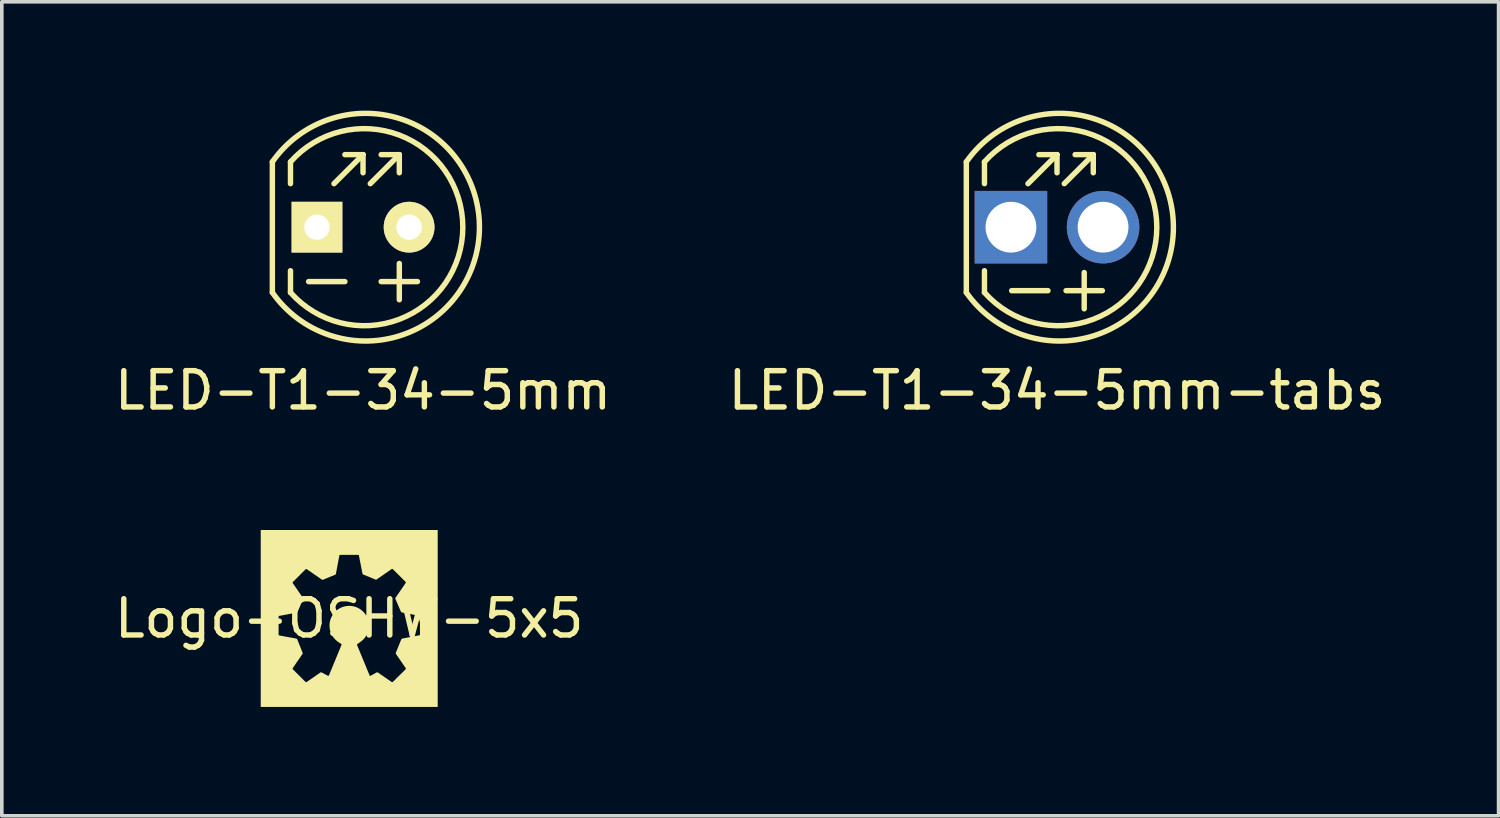
<source format=kicad_pcb>
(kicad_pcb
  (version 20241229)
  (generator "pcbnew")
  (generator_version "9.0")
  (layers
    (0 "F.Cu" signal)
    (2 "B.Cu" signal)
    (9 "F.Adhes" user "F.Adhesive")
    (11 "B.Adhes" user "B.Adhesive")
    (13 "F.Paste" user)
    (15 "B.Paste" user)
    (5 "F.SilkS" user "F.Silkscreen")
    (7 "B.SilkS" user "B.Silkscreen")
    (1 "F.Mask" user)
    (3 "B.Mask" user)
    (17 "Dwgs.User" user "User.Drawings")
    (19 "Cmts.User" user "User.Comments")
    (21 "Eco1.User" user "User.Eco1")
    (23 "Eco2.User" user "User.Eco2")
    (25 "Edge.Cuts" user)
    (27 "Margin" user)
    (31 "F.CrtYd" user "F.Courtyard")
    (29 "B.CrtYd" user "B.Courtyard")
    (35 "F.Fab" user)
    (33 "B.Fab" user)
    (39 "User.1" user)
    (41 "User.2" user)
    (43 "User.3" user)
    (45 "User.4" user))
  (footprint "Logo-OSHW-5x5"
    (layer "F.Cu")
    (at 6.577 14)
    (property "Reference" "Logo-OSHW-5x5" (at 0 0 0) (layer "F.SilkS") (effects (font (size 1 1) (thickness 0.15))))
    (attr through_hole)
    (fp_poly (pts (xy 2.439 2.439) (xy -2.439 2.439) (xy -2.439 0.444) (xy -1.947 0.444) (xy -1.947 0.445) (xy -1.947 0.446) (xy -1.947 0.447) (xy -1.946 0.448) (xy -1.946 0.449) (xy -1.946 0.449) (xy -1.945 0.45) (xy -1.945 0.451) (xy -1.945 0.452) (xy -1.944 0.453) (xy -1.943 0.455) (xy -1.942 0.457) (xy -1.94 0.458) (xy -1.939 0.46) (xy -1.937 0.461) (xy -1.936 0.463) (xy -1.934 0.464) (xy -1.932 0.465) (xy -1.93 0.466) (xy -1.928 0.467) (xy -1.926 0.468) (xy -1.458 0.554) (xy -1.457 0.554) (xy -1.456 0.554) (xy -1.455 0.554) (xy -1.454 0.554) (xy -1.453 0.555) (xy -1.452 0.555) (xy -1.451 0.556) (xy -1.45 0.556) (xy -1.448 0.557) (xy -1.446 0.559) (xy -1.444 0.56) (xy -1.442 0.562) (xy -1.44 0.564) (xy -1.438 0.566) (xy -1.437 0.568) (xy -1.435 0.57) (xy -1.434 0.572) (xy -1.433 0.574) (xy -1.432 0.576) (xy -1.431 0.578) (xy -1.286 0.942) (xy -1.286 0.944) (xy -1.285 0.947) (xy -1.285 0.949) (xy -1.285 0.951) (xy -1.284 0.954) (xy -1.284 0.956) (xy -1.284 0.959) (xy -1.284 0.961) (xy -1.284 0.964) (xy -1.285 0.966) (xy -1.285 0.969) (xy -1.286 0.971) (xy -1.287 0.974) (xy -1.288 0.976) (xy -1.289 0.978) (xy -1.29 0.98) (xy -1.555 1.366) (xy -1.556 1.367) (xy -1.557 1.37) (xy -1.558 1.372) (xy -1.559 1.374) (xy -1.559 1.376) (xy -1.56 1.378) (xy -1.56 1.38) (xy -1.56 1.383) (xy -1.56 1.385) (xy -1.56 1.387) (xy -1.559 1.389) (xy -1.559 1.392) (xy -1.558 1.394) (xy -1.557 1.396) (xy -1.556 1.398) (xy -1.555 1.4) (xy -1.207 1.747) (xy -1.206 1.748) (xy -1.205 1.749) (xy -1.204 1.75) (xy -1.203 1.751) (xy -1.202 1.751) (xy -1.201 1.752) (xy -1.2 1.753) (xy -1.199 1.753) (xy -1.198 1.754) (xy -1.197 1.754) (xy -1.196 1.754) (xy -1.195 1.755) (xy -1.193 1.755) (xy -1.192 1.755) (xy -1.191 1.755) (xy -1.19 1.755) (xy -1.189 1.756) (xy -1.188 1.756) (xy -1.187 1.755) (xy -1.186 1.755) (xy -1.183 1.755) (xy -1.181 1.755) (xy -1.179 1.754) (xy -1.177 1.753) (xy -1.175 1.752) (xy -1.173 1.751) (xy -0.795 1.489) (xy -0.793 1.488) (xy -0.79 1.487) (xy -0.788 1.486) (xy -0.786 1.485) (xy -0.783 1.485) (xy -0.781 1.485) (xy -0.778 1.484) (xy -0.776 1.484) (xy -0.773 1.484) (xy -0.77 1.485) (xy -0.768 1.485) (xy -0.766 1.485) (xy -0.763 1.486) (xy -0.761 1.487) (xy -0.759 1.488) (xy -0.757 1.489) (xy -0.588 1.579) (xy -0.587 1.579) (xy -0.586 1.579) (xy -0.585 1.58) (xy -0.584 1.58) (xy -0.583 1.58) (xy -0.582 1.58) (xy -0.581 1.58) (xy -0.58 1.58) (xy -0.579 1.58) (xy -0.578 1.58) (xy -0.577 1.58) (xy -0.576 1.58) (xy -0.575 1.579) (xy -0.574 1.579) (xy -0.572 1.579) (xy -0.571 1.578) (xy -0.57 1.578) (xy -0.569 1.577) (xy -0.568 1.577) (xy -0.567 1.576) (xy -0.566 1.576) (xy -0.565 1.575) (xy -0.564 1.574) (xy -0.564 1.573) (xy -0.563 1.573) (xy -0.562 1.572) (xy -0.561 1.571) (xy -0.56 1.57) (xy -0.559 1.569) (xy -0.559 1.567) (xy -0.558 1.566) (xy -0.557 1.565) (xy -0.213 0.729) (xy -0.213 0.728) (xy -0.213 0.727) (xy -0.212 0.726) (xy -0.212 0.725) (xy -0.212 0.723) (xy -0.212 0.721) (xy -0.212 0.719) (xy -0.212 0.717) (xy -0.213 0.715) (xy -0.213 0.712) (xy -0.214 0.711) (xy -0.214 0.71) (xy -0.214 0.709) (xy -0.215 0.708) (xy -0.215 0.707) (xy -0.216 0.706) (xy -0.216 0.705) (xy -0.217 0.705) (xy -0.218 0.704) (xy -0.218 0.703) (xy -0.219 0.702) (xy -0.22 0.701) (xy -0.221 0.7) (xy -0.222 0.7) (xy -0.223 0.699) (xy -0.224 0.698) (xy -0.265 0.674) (xy -0.266 0.674) (xy -0.267 0.673) (xy -0.269 0.673) (xy -0.271 0.672) (xy -0.273 0.67) (xy -0.274 0.669) (xy -0.276 0.668) (xy -0.278 0.667) (xy -0.28 0.665) (xy -0.282 0.664) (xy -0.283 0.662) (xy -0.287 0.659) (xy -0.29 0.656) (xy -0.292 0.654) (xy -0.32 0.635) (xy -0.347 0.614) (xy -0.372 0.592) (xy -0.395 0.568) (xy -0.418 0.544) (xy -0.438 0.517) (xy -0.457 0.49) (xy -0.475 0.461) (xy -0.49 0.431) (xy -0.504 0.4) (xy -0.516 0.368) (xy -0.526 0.335) (xy -0.533 0.302) (xy -0.539 0.267) (xy -0.542 0.232) (xy -0.543 0.196) (xy -0.543 0.168) (xy -0.541 0.141) (xy -0.537 0.114) (xy -0.533 0.087) (xy -0.527 0.061) (xy -0.519 0.035) (xy -0.511 0.01) (xy -0.501 -0.015) (xy -0.49 -0.039) (xy -0.478 -0.063) (xy -0.465 -0.085) (xy -0.451 -0.107) (xy -0.436 -0.129) (xy -0.42 -0.149) (xy -0.403 -0.169) (xy -0.385 -0.188) (xy -0.366 -0.206) (xy -0.347 -0.223) (xy -0.326 -0.239) (xy -0.305 -0.254) (xy -0.283 -0.269) (xy -0.26 -0.282) (xy -0.237 -0.294) (xy -0.213 -0.305) (xy -0.188 -0.314) (xy -0.163 -0.323) (xy -0.137 -0.33) (xy -0.11 -0.336) (xy -0.083 -0.341) (xy -0.056 -0.345) (xy -0.028 -0.347) (xy 0 -0.347) (xy 0.028 -0.347) (xy 0.056 -0.345) (xy 0.083 -0.341) (xy 0.11 -0.336) (xy 0.137 -0.33) (xy 0.163 -0.323) (xy 0.188 -0.314) (xy 0.213 -0.305) (xy 0.237 -0.294) (xy 0.26 -0.282) (xy 0.283 -0.268) (xy 0.305 -0.254) (xy 0.326 -0.239) (xy 0.347 -0.223) (xy 0.366 -0.206) (xy 0.385 -0.187) (xy 0.403 -0.168) (xy 0.42 -0.149) (xy 0.436 -0.128) (xy 0.451 -0.107) (xy 0.465 -0.084) (xy 0.478 -0.061) (xy 0.49 -0.038) (xy 0.501 -0.014) (xy 0.511 0.011) (xy 0.519 0.037) (xy 0.527 0.063) (xy 0.533 0.089) (xy 0.537 0.116) (xy 0.541 0.143) (xy 0.543 0.171) (xy 0.543 0.199) (xy 0.543 0.217) (xy 0.542 0.235) (xy 0.541 0.253) (xy 0.539 0.271) (xy 0.536 0.288) (xy 0.533 0.305) (xy 0.53 0.322) (xy 0.526 0.339) (xy 0.521 0.355) (xy 0.516 0.372) (xy 0.51 0.388) (xy 0.504 0.403) (xy 0.497 0.419) (xy 0.49 0.434) (xy 0.475 0.464) (xy 0.457 0.493) (xy 0.438 0.521) (xy 0.418 0.547) (xy 0.395 0.572) (xy 0.372 0.595) (xy 0.347 0.618) (xy 0.32 0.638) (xy 0.292 0.657) (xy 0.268 0.678) (xy 0.227 0.702) (xy 0.226 0.702) (xy 0.225 0.703) (xy 0.224 0.704) (xy 0.223 0.705) (xy 0.223 0.705) (xy 0.222 0.706) (xy 0.221 0.707) (xy 0.221 0.708) (xy 0.219 0.71) (xy 0.218 0.712) (xy 0.217 0.714) (xy 0.217 0.716) (xy 0.216 0.718) (xy 0.216 0.72) (xy 0.215 0.722) (xy 0.215 0.724) (xy 0.215 0.727) (xy 0.216 0.729) (xy 0.216 0.731) (xy 0.217 0.733) (xy 0.561 1.568) (xy 0.561 1.569) (xy 0.561 1.57) (xy 0.562 1.571) (xy 0.562 1.572) (xy 0.563 1.573) (xy 0.564 1.574) (xy 0.564 1.575) (xy 0.565 1.575) (xy 0.566 1.576) (xy 0.566 1.577) (xy 0.567 1.577) (xy 0.568 1.578) (xy 0.569 1.579) (xy 0.57 1.579) (xy 0.571 1.58) (xy 0.572 1.58) (xy 0.573 1.58) (xy 0.574 1.581) (xy 0.575 1.581) (xy 0.576 1.581) (xy 0.577 1.581) (xy 0.578 1.582) (xy 0.579 1.582) (xy 0.58 1.582) (xy 0.581 1.581) (xy 0.582 1.581) (xy 0.583 1.581) (xy 0.584 1.581) (xy 0.585 1.58) (xy 0.586 1.58) (xy 0.587 1.579) (xy 0.588 1.579) (xy 0.753 1.489) (xy 0.755 1.488) (xy 0.757 1.487) (xy 0.76 1.486) (xy 0.762 1.485) (xy 0.765 1.485) (xy 0.767 1.485) (xy 0.77 1.484) (xy 0.772 1.484) (xy 0.775 1.484) (xy 0.777 1.485) (xy 0.78 1.485) (xy 0.782 1.485) (xy 0.785 1.486) (xy 0.787 1.487) (xy 0.789 1.488) (xy 0.791 1.489) (xy 1.169 1.751) (xy 1.17 1.751) (xy 1.171 1.752) (xy 1.173 1.752) (xy 1.174 1.753) (xy 1.175 1.753) (xy 1.176 1.754) (xy 1.177 1.754) (xy 1.178 1.754) (xy 1.179 1.754) (xy 1.181 1.754) (xy 1.183 1.754) (xy 1.186 1.754) (xy 1.188 1.754) (xy 1.19 1.754) (xy 1.193 1.753) (xy 1.195 1.753) (xy 1.197 1.752) (xy 1.199 1.751) (xy 1.201 1.75) (xy 1.202 1.749) (xy 1.202 1.749) (xy 1.203 1.748) (xy 1.204 1.747) (xy 1.555 1.4) (xy 1.556 1.398) (xy 1.557 1.396) (xy 1.558 1.394) (xy 1.559 1.392) (xy 1.559 1.389) (xy 1.56 1.387) (xy 1.56 1.385) (xy 1.56 1.383) (xy 1.56 1.38) (xy 1.56 1.378) (xy 1.559 1.376) (xy 1.559 1.374) (xy 1.558 1.372) (xy 1.557 1.37) (xy 1.556 1.367) (xy 1.555 1.366) (xy 1.29 0.98) (xy 1.289 0.978) (xy 1.288 0.976) (xy 1.287 0.974) (xy 1.286 0.971) (xy 1.285 0.969) (xy 1.285 0.966) (xy 1.284 0.964) (xy 1.284 0.961) (xy 1.284 0.959) (xy 1.284 0.956) (xy 1.284 0.954) (xy 1.285 0.951) (xy 1.285 0.949) (xy 1.285 0.947) (xy 1.286 0.944) (xy 1.286 0.942) (xy 1.434 0.578) (xy 1.435 0.577) (xy 1.435 0.576) (xy 1.436 0.575) (xy 1.436 0.574) (xy 1.437 0.572) (xy 1.439 0.57) (xy 1.44 0.568) (xy 1.442 0.567) (xy 1.444 0.565) (xy 1.445 0.563) (xy 1.447 0.562) (xy 1.449 0.56) (xy 1.452 0.559) (xy 1.454 0.558) (xy 1.456 0.556) (xy 1.458 0.555) (xy 1.46 0.554) (xy 1.462 0.554) (xy 1.93 0.464) (xy 1.931 0.464) (xy 1.932 0.464) (xy 1.933 0.464) (xy 1.933 0.464) (xy 1.934 0.463) (xy 1.935 0.463) (xy 1.936 0.463) (xy 1.937 0.462) (xy 1.938 0.461) (xy 1.939 0.461) (xy 1.94 0.46) (xy 1.941 0.459) (xy 1.942 0.458) (xy 1.944 0.456) (xy 1.945 0.454) (xy 1.946 0.452) (xy 1.948 0.45) (xy 1.948 0.448) (xy 1.949 0.446) (xy 1.95 0.444) (xy 1.95 0.443) (xy 1.95 0.442) (xy 1.95 0.441) (xy 1.95 0.44) (xy 1.95 -0.052) (xy 1.95 -0.053) (xy 1.95 -0.054) (xy 1.95 -0.054) (xy 1.95 -0.055) (xy 1.95 -0.056) (xy 1.949 -0.057) (xy 1.949 -0.058) (xy 1.948 -0.059) (xy 1.948 -0.06) (xy 1.948 -0.061) (xy 1.946 -0.063) (xy 1.945 -0.065) (xy 1.944 -0.066) (xy 1.942 -0.068) (xy 1.941 -0.069) (xy 1.939 -0.071) (xy 1.937 -0.072) (xy 1.935 -0.073) (xy 1.933 -0.074) (xy 1.932 -0.075) (xy 1.93 -0.076) (xy 1.452 -0.165) (xy 1.45 -0.166) (xy 1.448 -0.167) (xy 1.445 -0.168) (xy 1.443 -0.169) (xy 1.441 -0.17) (xy 1.439 -0.172) (xy 1.437 -0.173) (xy 1.435 -0.175) (xy 1.433 -0.176) (xy 1.431 -0.178) (xy 1.43 -0.18) (xy 1.428 -0.182) (xy 1.427 -0.183) (xy 1.426 -0.184) (xy 1.426 -0.185) (xy 1.425 -0.186) (xy 1.425 -0.187) (xy 1.424 -0.188) (xy 1.424 -0.189) (xy 1.276 -0.533) (xy 1.275 -0.535) (xy 1.274 -0.537) (xy 1.273 -0.54) (xy 1.272 -0.542) (xy 1.272 -0.544) (xy 1.271 -0.547) (xy 1.271 -0.549) (xy 1.271 -0.552) (xy 1.271 -0.555) (xy 1.271 -0.557) (xy 1.272 -0.56) (xy 1.272 -0.562) (xy 1.273 -0.565) (xy 1.274 -0.567) (xy 1.275 -0.569) (xy 1.276 -0.571) (xy 1.555 -0.977) (xy 1.555 -0.978) (xy 1.556 -0.979) (xy 1.556 -0.98) (xy 1.557 -0.981) (xy 1.557 -0.982) (xy 1.558 -0.983) (xy 1.558 -0.984) (xy 1.558 -0.986) (xy 1.558 -0.987) (xy 1.558 -0.988) (xy 1.558 -0.99) (xy 1.558 -0.993) (xy 1.558 -0.995) (xy 1.558 -0.998) (xy 1.557 -1) (xy 1.556 -1.002) (xy 1.556 -1.004) (xy 1.555 -1.006) (xy 1.554 -1.008) (xy 1.553 -1.009) (xy 1.552 -1.01) (xy 1.552 -1.011) (xy 1.551 -1.011) (xy 1.204 -1.359) (xy 1.203 -1.36) (xy 1.202 -1.36) (xy 1.201 -1.361) (xy 1.2 -1.362) (xy 1.199 -1.363) (xy 1.198 -1.363) (xy 1.197 -1.364) (xy 1.196 -1.364) (xy 1.194 -1.365) (xy 1.193 -1.365) (xy 1.192 -1.366) (xy 1.191 -1.366) (xy 1.19 -1.366) (xy 1.189 -1.367) (xy 1.188 -1.367) (xy 1.187 -1.367) (xy 1.186 -1.367) (xy 1.184 -1.367) (xy 1.183 -1.367) (xy 1.182 -1.367) (xy 1.18 -1.366) (xy 1.178 -1.366) (xy 1.176 -1.365) (xy 1.173 -1.364) (xy 1.171 -1.363) (xy 1.169 -1.362) (xy 0.757 -1.077) (xy 0.755 -1.075) (xy 0.753 -1.074) (xy 0.751 -1.073) (xy 0.748 -1.073) (xy 0.746 -1.072) (xy 0.744 -1.072) (xy 0.742 -1.071) (xy 0.74 -1.071) (xy 0.737 -1.071) (xy 0.735 -1.071) (xy 0.733 -1.071) (xy 0.731 -1.071) (xy 0.728 -1.072) (xy 0.726 -1.072) (xy 0.724 -1.073) (xy 0.722 -1.073) (xy 0.389 -1.211) (xy 0.388 -1.211) (xy 0.387 -1.211) (xy 0.386 -1.212) (xy 0.385 -1.212) (xy 0.383 -1.214) (xy 0.381 -1.215) (xy 0.379 -1.217) (xy 0.377 -1.218) (xy 0.376 -1.22) (xy 0.374 -1.222) (xy 0.372 -1.224) (xy 0.371 -1.226) (xy 0.37 -1.228) (xy 0.368 -1.23) (xy 0.367 -1.232) (xy 0.366 -1.234) (xy 0.365 -1.236) (xy 0.365 -1.238) (xy 0.268 -1.734) (xy 0.268 -1.735) (xy 0.268 -1.735) (xy 0.268 -1.736) (xy 0.268 -1.737) (xy 0.267 -1.738) (xy 0.267 -1.739) (xy 0.266 -1.74) (xy 0.266 -1.741) (xy 0.265 -1.742) (xy 0.265 -1.743) (xy 0.264 -1.744) (xy 0.263 -1.745) (xy 0.262 -1.746) (xy 0.26 -1.748) (xy 0.258 -1.749) (xy 0.256 -1.75) (xy 0.254 -1.751) (xy 0.252 -1.752) (xy 0.25 -1.753) (xy 0.248 -1.754) (xy 0.247 -1.754) (xy 0.246 -1.754) (xy 0.245 -1.754) (xy 0.244 -1.754) (xy -0.248 -1.754) (xy -0.25 -1.754) (xy -0.252 -1.754) (xy -0.253 -1.753) (xy -0.255 -1.753) (xy -0.256 -1.753) (xy -0.257 -1.752) (xy -0.258 -1.752) (xy -0.259 -1.751) (xy -0.26 -1.751) (xy -0.261 -1.75) (xy -0.261 -1.75) (xy -0.262 -1.749) (xy -0.263 -1.748) (xy -0.264 -1.748) (xy -0.265 -1.747) (xy -0.265 -1.746) (xy -0.266 -1.745) (xy -0.267 -1.744) (xy -0.267 -1.744) (xy -0.268 -1.743) (xy -0.269 -1.742) (xy -0.269 -1.741) (xy -0.27 -1.739) (xy -0.27 -1.738) (xy -0.271 -1.737) (xy -0.271 -1.736) (xy -0.271 -1.735) (xy -0.272 -1.734) (xy -0.365 -1.238) (xy -0.365 -1.237) (xy -0.365 -1.236) (xy -0.365 -1.235) (xy -0.365 -1.234) (xy -0.366 -1.233) (xy -0.366 -1.232) (xy -0.366 -1.231) (xy -0.367 -1.23) (xy -0.368 -1.228) (xy -0.369 -1.226) (xy -0.371 -1.224) (xy -0.372 -1.221) (xy -0.374 -1.219) (xy -0.376 -1.217) (xy -0.377 -1.215) (xy -0.379 -1.214) (xy -0.382 -1.21) (xy -0.385 -1.207) (xy -0.719 -1.07) (xy -0.721 -1.069) (xy -0.723 -1.069) (xy -0.725 -1.068) (xy -0.728 -1.068) (xy -0.73 -1.068) (xy -0.733 -1.067) (xy -0.735 -1.067) (xy -0.738 -1.068) (xy -0.74 -1.068) (xy -0.743 -1.068) (xy -0.745 -1.069) (xy -0.748 -1.069) (xy -0.75 -1.07) (xy -0.753 -1.071) (xy -0.755 -1.072) (xy -0.757 -1.073) (xy -1.169 -1.359) (xy -1.17 -1.359) (xy -1.171 -1.36) (xy -1.173 -1.36) (xy -1.174 -1.361) (xy -1.175 -1.361) (xy -1.176 -1.361) (xy -1.177 -1.362) (xy -1.178 -1.362) (xy -1.179 -1.362) (xy -1.181 -1.362) (xy -1.183 -1.362) (xy -1.186 -1.362) (xy -1.188 -1.362) (xy -1.19 -1.362) (xy -1.193 -1.361) (xy -1.195 -1.36) (xy -1.197 -1.36) (xy -1.199 -1.359) (xy -1.201 -1.358) (xy -1.202 -1.357) (xy -1.202 -1.356) (xy -1.203 -1.356) (xy -1.204 -1.355) (xy -1.551 -1.008) (xy -1.552 -1.007) (xy -1.553 -1.006) (xy -1.554 -1.005) (xy -1.555 -1.004) (xy -1.555 -1.003) (xy -1.556 -1.002) (xy -1.557 -1.001) (xy -1.557 -1) (xy -1.558 -0.998) (xy -1.558 -0.997) (xy -1.558 -0.996) (xy -1.559 -0.995) (xy -1.559 -0.994) (xy -1.559 -0.993) (xy -1.559 -0.992) (xy -1.559 -0.991) (xy -1.559 -0.989) (xy -1.559 -0.988) (xy -1.559 -0.987) (xy -1.559 -0.986) (xy -1.559 -0.984) (xy -1.559 -0.982) (xy -1.558 -0.98) (xy -1.557 -0.977) (xy -1.556 -0.975) (xy -1.555 -0.973) (xy -1.276 -0.568) (xy -1.275 -0.566) (xy -1.274 -0.563) (xy -1.273 -0.561) (xy -1.272 -0.559) (xy -1.271 -0.556) (xy -1.27 -0.554) (xy -1.27 -0.551) (xy -1.269 -0.549) (xy -1.269 -0.546) (xy -1.269 -0.543) (xy -1.269 -0.541) (xy -1.269 -0.539) (xy -1.27 -0.537) (xy -1.27 -0.536) (xy -1.27 -0.535) (xy -1.271 -0.534) (xy -1.271 -0.533) (xy -1.271 -0.532) (xy -1.272 -0.531) (xy -1.273 -0.53) (xy -1.421 -0.186) (xy -1.421 -0.185) (xy -1.421 -0.184) (xy -1.422 -0.183) (xy -1.422 -0.182) (xy -1.423 -0.18) (xy -1.425 -0.178) (xy -1.426 -0.176) (xy -1.428 -0.174) (xy -1.43 -0.173) (xy -1.432 -0.171) (xy -1.434 -0.17) (xy -1.436 -0.168) (xy -1.438 -0.167) (xy -1.44 -0.165) (xy -1.442 -0.164) (xy -1.444 -0.163) (xy -1.446 -0.162) (xy -1.448 -0.162) (xy -1.926 -0.072) (xy -1.927 -0.072) (xy -1.928 -0.072) (xy -1.929 -0.072) (xy -1.93 -0.072) (xy -1.931 -0.071) (xy -1.932 -0.071) (xy -1.933 -0.07) (xy -1.934 -0.07) (xy -1.935 -0.069) (xy -1.936 -0.069) (xy -1.936 -0.068) (xy -1.937 -0.067) (xy -1.939 -0.066) (xy -1.94 -0.064) (xy -1.942 -0.062) (xy -1.943 -0.06) (xy -1.944 -0.058) (xy -1.945 -0.056) (xy -1.946 -0.054) (xy -1.946 -0.052) (xy -1.947 -0.051) (xy -1.947 -0.05) (xy -1.947 -0.049) (xy -1.947 -0.048) (xy -1.947 0.444) (xy -2.439 0.444) (xy -2.439 -2.439) (xy 2.439 -2.439)) (stroke (width 0) (type solid)) (fill yes) (layer "F.SilkS")))
  (footprint "LED-T1-34-5mm"
    (layer "F.Cu")
    (at 6.958 3.213)
    (property "Reference" "LED-T1-34-5mm" (at 0 4.5 0) (layer "F.SilkS") (effects (font (size 1 1) (thickness 0.15))))
    (attr through_hole)
    (fp_line (start -2.5 -1.8) (end -2.5 1.8) (stroke (width 0.15) (type solid)) (layer "F.SilkS"))
    (fp_line (start -2 -1.8) (end -2 -1.2) (stroke (width 0.15) (type solid)) (layer "F.SilkS"))
    (fp_line (start -2 1.2) (end -2 1.8) (stroke (width 0.15) (type solid)) (layer "F.SilkS"))
    (fp_line (start -1.5 1.5) (end -0.5 1.5) (stroke (width 0.15) (type solid)) (layer "F.SilkS"))
    (fp_line (start -0.8 -1.2) (end 0 -2) (stroke (width 0.15) (type solid)) (layer "F.SilkS"))
    (fp_line (start 0 -2) (end -0.5 -2) (stroke (width 0.15) (type solid)) (layer "F.SilkS"))
    (fp_line (start 0 -2) (end 0 -1.5) (stroke (width 0.15) (type solid)) (layer "F.SilkS"))
    (fp_line (start 0.5 -2) (end 1 -2) (stroke (width 0.15) (type solid)) (layer "F.SilkS"))
    (fp_line (start 0.5 1.5) (end 1.5 1.5) (stroke (width 0.15) (type solid)) (layer "F.SilkS"))
    (fp_line (start 1 -2) (end 0.2 -1.2) (stroke (width 0.15) (type solid)) (layer "F.SilkS"))
    (fp_line (start 1 -2) (end 1 -1.5) (stroke (width 0.15) (type solid)) (layer "F.SilkS"))
    (fp_line (start 1 2) (end 1 1) (stroke (width 0.15) (type solid)) (layer "F.SilkS"))
    (fp_arc (start -2.5 -1.8) (mid 3.208866 0) (end -2.5 1.8) (stroke (width 0.15) (type solid)) (layer "F.SilkS"))
    (fp_arc (start -2 -1.8) (mid 2.751019 0) (end -2 1.8) (stroke (width 0.15) (type solid)) (layer "F.SilkS"))
    (pad "1" thru_hole rect (at -1.27 0) (size 1.4 1.4) (drill 0.7) (layers "*.Cu" "*.Mask" "F.SilkS"))
    (pad "2" thru_hole circle (at 1.27 0) (size 1.4 1.4) (drill 0.7) (layers "*.Cu" "*.Mask" "F.SilkS")))
  (footprint "LED-T1-34-5mm-tabs"
    (layer "F.Cu")
    (at 26.089 3.213)
    (property "Reference" "LED-T1-34-5mm-tabs" (at 0 4.5 0) (layer "F.SilkS") (effects (font (size 1 1) (thickness 0.15))))
    (attr through_hole)
    (fp_line (start -2.5 -1.8) (end -2.5 1.8) (stroke (width 0.15) (type solid)) (layer "F.SilkS"))
    (fp_line (start -2 -1.8) (end -2 -1.2) (stroke (width 0.15) (type solid)) (layer "F.SilkS"))
    (fp_line (start -2 1.2) (end -2 1.8) (stroke (width 0.15) (type solid)) (layer "F.SilkS"))
    (fp_line (start -1.25 1.75) (end -0.25 1.75) (stroke (width 0.15) (type solid)) (layer "F.SilkS"))
    (fp_line (start -0.8 -1.2) (end 0 -2) (stroke (width 0.15) (type solid)) (layer "F.SilkS"))
    (fp_line (start 0 -2) (end -0.5 -2) (stroke (width 0.15) (type solid)) (layer "F.SilkS"))
    (fp_line (start 0 -2) (end 0 -1.5) (stroke (width 0.15) (type solid)) (layer "F.SilkS"))
    (fp_line (start 0.25 1.75) (end 1.25 1.75) (stroke (width 0.15) (type solid)) (layer "F.SilkS"))
    (fp_line (start 0.5 -2) (end 1 -2) (stroke (width 0.15) (type solid)) (layer "F.SilkS"))
    (fp_line (start 0.75 2.25) (end 0.75 1.25) (stroke (width 0.15) (type solid)) (layer "F.SilkS"))
    (fp_line (start 1 -2) (end 0.2 -1.2) (stroke (width 0.15) (type solid)) (layer "F.SilkS"))
    (fp_line (start 1 -2) (end 1 -1.5) (stroke (width 0.15) (type solid)) (layer "F.SilkS"))
    (fp_arc (start -2.5 -1.8) (mid 3.208866 0) (end -2.5 1.8) (stroke (width 0.15) (type solid)) (layer "F.SilkS"))
    (fp_arc (start -2 -1.8) (mid 2.751019 0) (end -2 1.8) (stroke (width 0.15) (type solid)) (layer "F.SilkS"))
    (pad "1" thru_hole rect (at -1.27 0) (size 2 2) (drill 1.4) (layers "*.Cu" "*.Mask"))
    (pad "2" thru_hole circle (at 1.27 0) (size 2 2) (drill 1.4) (layers "*.Cu" "*.Mask")))
  (gr_rect
    (start -3 -3)
    (end 38.262 19.439)
    (stroke (width 0.1) (type default))
    (fill no)
    (layer "Edge.Cuts")))
</source>
